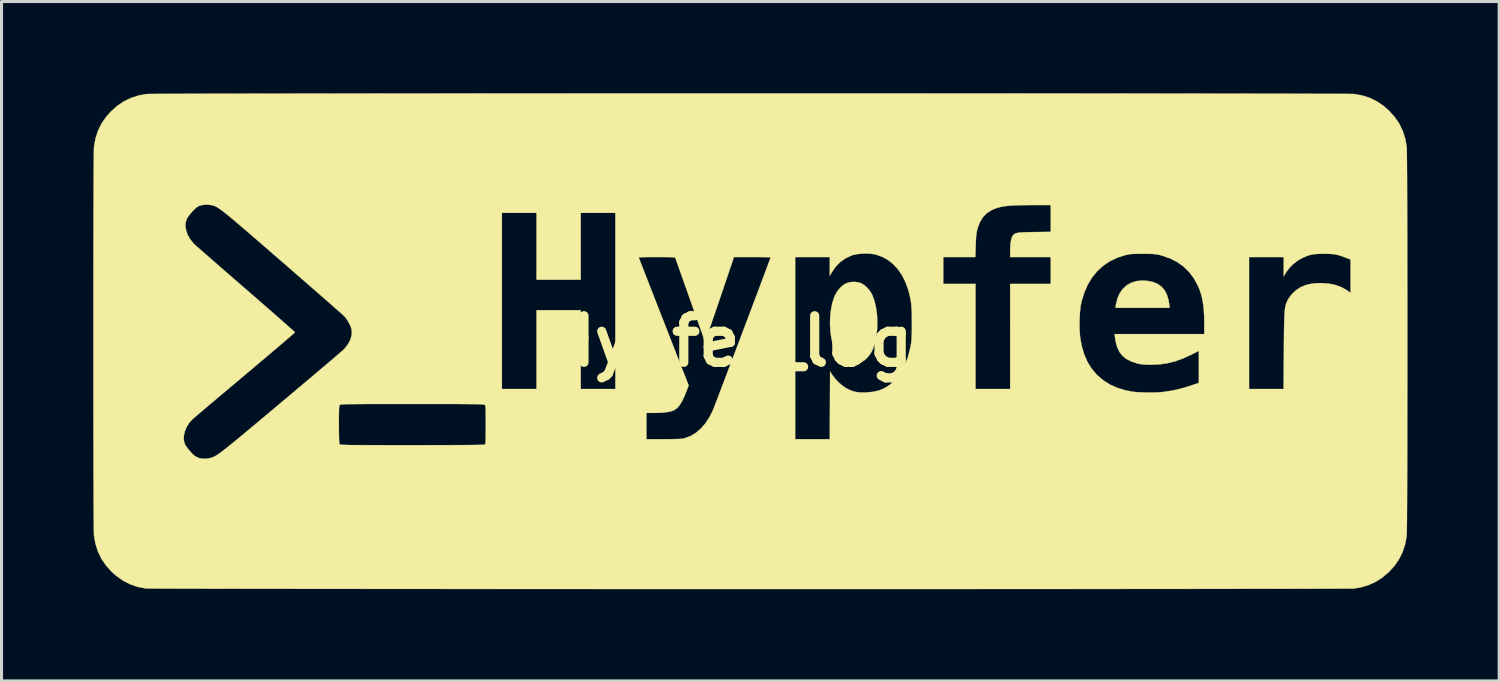
<source format=kicad_pcb>
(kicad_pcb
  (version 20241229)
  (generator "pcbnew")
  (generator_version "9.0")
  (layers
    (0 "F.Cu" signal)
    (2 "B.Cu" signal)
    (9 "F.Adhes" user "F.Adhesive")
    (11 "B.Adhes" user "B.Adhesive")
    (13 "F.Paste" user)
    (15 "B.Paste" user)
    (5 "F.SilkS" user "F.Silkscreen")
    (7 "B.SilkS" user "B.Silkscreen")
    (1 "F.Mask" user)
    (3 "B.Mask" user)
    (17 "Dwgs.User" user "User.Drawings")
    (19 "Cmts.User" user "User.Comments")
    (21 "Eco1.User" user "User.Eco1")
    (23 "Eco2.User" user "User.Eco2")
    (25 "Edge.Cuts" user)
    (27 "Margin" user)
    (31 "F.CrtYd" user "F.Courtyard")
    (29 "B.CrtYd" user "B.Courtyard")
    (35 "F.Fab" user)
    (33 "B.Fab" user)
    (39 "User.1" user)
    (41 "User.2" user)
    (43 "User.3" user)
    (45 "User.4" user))
  (footprint "Hypfer_logo"
    (layer "F.Cu")
    (at 21.498 8.114)
    (property "Reference" "Hypfer_logo" (at 0 0 0) (layer "F.SilkS") (effects (font (size 1.524 1.524) (thickness 0.3))))
    (attr through_hole)
    (fp_poly (pts (xy 12.996 -1.975) (xy 13.177 -1.937) (xy 13.329 -1.873) (xy 13.455 -1.782) (xy 13.555 -1.664) (xy 13.631 -1.516) (xy 13.683 -1.338) (xy 13.705 -1.197) (xy 13.717 -1.094) (xy 11.944 -1.094) (xy 11.961 -1.204) (xy 12.009 -1.402) (xy 12.085 -1.573) (xy 12.187 -1.717) (xy 12.314 -1.832) (xy 12.463 -1.916) (xy 12.633 -1.968) (xy 12.822 -1.987) (xy 12.996 -1.975)) (stroke (width 0.01) (type solid)) (fill yes) (layer "F.SilkS"))
    (fp_poly (pts (xy 3.528 -1.929) (xy 3.628 -1.897) (xy 3.728 -1.837) (xy 3.827 -1.748) (xy 3.916 -1.64) (xy 3.985 -1.523) (xy 3.986 -1.519) (xy 4.058 -1.331) (xy 4.109 -1.116) (xy 4.142 -0.884) (xy 4.154 -0.643) (xy 4.148 -0.4) (xy 4.121 -0.165) (xy 4.076 0.056) (xy 4.01 0.253) (xy 3.986 0.308) (xy 3.922 0.418) (xy 3.84 0.522) (xy 3.748 0.61) (xy 3.655 0.672) (xy 3.635 0.681) (xy 3.511 0.719) (xy 3.376 0.733) (xy 3.249 0.723) (xy 3.246 0.723) (xy 3.117 0.676) (xy 2.996 0.595) (xy 2.888 0.484) (xy 2.796 0.345) (xy 2.773 0.3) (xy 2.703 0.117) (xy 2.652 -0.092) (xy 2.619 -0.318) (xy 2.606 -0.555) (xy 2.611 -0.794) (xy 2.636 -1.026) (xy 2.679 -1.244) (xy 2.742 -1.439) (xy 2.774 -1.513) (xy 2.855 -1.65) (xy 2.955 -1.768) (xy 3.067 -1.858) (xy 3.12 -1.888) (xy 3.247 -1.931) (xy 3.388 -1.944) (xy 3.528 -1.929)) (stroke (width 0.01) (type solid)) (fill yes) (layer "F.SilkS"))
    (fp_poly (pts (xy 1.069 -8.109) (xy 1.83 -8.109) (xy 2.589 -8.109) (xy 3.345 -8.109) (xy 4.096 -8.109) (xy 4.841 -8.109) (xy 5.58 -8.109) (xy 6.312 -8.108) (xy 7.035 -8.108) (xy 7.748 -8.108) (xy 8.451 -8.108) (xy 9.142 -8.107) (xy 9.821 -8.107) (xy 10.487 -8.107) (xy 11.137 -8.106) (xy 11.772 -8.106) (xy 12.391 -8.105) (xy 12.992 -8.105) (xy 13.574 -8.104) (xy 14.137 -8.104) (xy 14.679 -8.103) (xy 15.199 -8.102) (xy 15.697 -8.102) (xy 16.171 -8.101) (xy 16.62 -8.1) (xy 17.043 -8.1) (xy 17.44 -8.099) (xy 17.809 -8.098) (xy 18.15 -8.097) (xy 18.46 -8.096) (xy 18.74 -8.095) (xy 18.988 -8.094) (xy 19.203 -8.094) (xy 19.384 -8.093) (xy 19.531 -8.092) (xy 19.642 -8.091) (xy 19.715 -8.09) (xy 19.751 -8.088) (xy 19.754 -8.088) (xy 20.024 -8.039) (xy 20.272 -7.958) (xy 20.502 -7.845) (xy 20.719 -7.696) (xy 20.891 -7.545) (xy 21.077 -7.34) (xy 21.228 -7.119) (xy 21.344 -6.88) (xy 21.426 -6.622) (xy 21.472 -6.37) (xy 21.474 -6.335) (xy 21.476 -6.262) (xy 21.478 -6.154) (xy 21.479 -6.013) (xy 21.481 -5.839) (xy 21.482 -5.636) (xy 21.484 -5.404) (xy 21.485 -5.146) (xy 21.486 -4.864) (xy 21.487 -4.559) (xy 21.488 -4.232) (xy 21.489 -3.887) (xy 21.49 -3.525) (xy 21.491 -3.147) (xy 21.491 -2.755) (xy 21.492 -2.352) (xy 21.492 -1.938) (xy 21.493 -1.517) (xy 21.493 -1.089) (xy 21.493 -0.656) (xy 21.493 -0.221) (xy 21.493 0.215) (xy 21.493 0.65) (xy 21.493 1.083) (xy 21.493 1.511) (xy 21.492 1.933) (xy 21.492 2.346) (xy 21.491 2.75) (xy 21.491 3.142) (xy 21.49 3.52) (xy 21.489 3.882) (xy 21.488 4.228) (xy 21.487 4.554) (xy 21.486 4.86) (xy 21.485 5.143) (xy 21.484 5.401) (xy 21.482 5.633) (xy 21.481 5.837) (xy 21.479 6.01) (xy 21.478 6.153) (xy 21.476 6.261) (xy 21.474 6.334) (xy 21.472 6.37) (xy 21.472 6.37) (xy 21.421 6.646) (xy 21.336 6.902) (xy 21.216 7.139) (xy 21.063 7.359) (xy 20.891 7.545) (xy 20.683 7.724) (xy 20.464 7.867) (xy 20.231 7.974) (xy 19.98 8.049) (xy 19.754 8.088) (xy 19.726 8.089) (xy 19.661 8.09) (xy 19.558 8.091) (xy 19.42 8.092) (xy 19.246 8.093) (xy 19.038 8.094) (xy 18.797 8.095) (xy 18.525 8.095) (xy 18.221 8.096) (xy 17.887 8.097) (xy 17.525 8.098) (xy 17.134 8.098) (xy 16.717 8.099) (xy 16.273 8.099) (xy 15.805 8.1) (xy 15.313 8.101) (xy 14.798 8.101) (xy 14.261 8.102) (xy 13.703 8.102) (xy 13.125 8.103) (xy 12.528 8.103) (xy 11.914 8.104) (xy 11.282 8.104) (xy 10.635 8.104) (xy 9.973 8.105) (xy 9.298 8.105) (xy 8.609 8.105) (xy 7.909 8.105) (xy 7.198 8.106) (xy 6.477 8.106) (xy 5.748 8.106) (xy 5.01 8.106) (xy 4.266 8.106) (xy 3.517 8.106) (xy 2.762 8.106) (xy 2.004 8.106) (xy 1.243 8.106) (xy 0.481 8.106) (xy -0.282 8.106) (xy -1.045 8.106) (xy -1.806 8.106) (xy -2.565 8.106) (xy -3.321 8.106) (xy -4.072 8.106) (xy -4.818 8.106) (xy -5.557 8.105) (xy -6.289 8.105) (xy -7.013 8.105) (xy -7.727 8.105) (xy -8.43 8.104) (xy -9.123 8.104) (xy -9.802 8.104) (xy -10.468 8.103) (xy -11.12 8.103) (xy -11.756 8.102) (xy -12.376 8.102) (xy -12.978 8.101) (xy -13.561 8.101) (xy -14.125 8.1) (xy -14.668 8.1) (xy -15.19 8.099) (xy -15.689 8.099) (xy -16.165 8.098) (xy -16.616 8.097) (xy -17.041 8.097) (xy -17.44 8.096) (xy -17.811 8.095) (xy -18.153 8.094) (xy -18.466 8.094) (xy -18.748 8.093) (xy -18.999 8.092) (xy -19.216 8.091) (xy -19.4 8.09) (xy -19.549 8.089) (xy -19.663 8.088) (xy -19.74 8.087) (xy -19.778 8.086) (xy -19.783 8.086) (xy -20.05 8.034) (xy -20.301 7.946) (xy -20.536 7.823) (xy -20.758 7.664) (xy -20.891 7.545) (xy -21.077 7.34) (xy -21.228 7.119) (xy -21.344 6.88) (xy -21.426 6.622) (xy -21.472 6.37) (xy -21.474 6.335) (xy -21.476 6.262) (xy -21.478 6.154) (xy -21.479 6.013) (xy -21.481 5.839) (xy -21.482 5.636) (xy -21.484 5.404) (xy -21.485 5.146) (xy -21.486 4.864) (xy -21.487 4.559) (xy -21.488 4.232) (xy -21.489 3.887) (xy -21.49 3.525) (xy -21.49 3.219) (xy -18.537 3.219) (xy -18.511 3.34) (xy -18.492 3.382) (xy -18.456 3.439) (xy -18.403 3.511) (xy -18.339 3.588) (xy -18.274 3.661) (xy -18.215 3.721) (xy -18.17 3.758) (xy -18.169 3.758) (xy -18.048 3.818) (xy -17.92 3.845) (xy -17.777 3.841) (xy -17.698 3.827) (xy -17.664 3.82) (xy -17.632 3.811) (xy -17.599 3.8) (xy -17.564 3.786) (xy -17.525 3.767) (xy -17.481 3.742) (xy -17.43 3.71) (xy -17.371 3.669) (xy -17.302 3.618) (xy -17.221 3.556) (xy -17.126 3.482) (xy -17.017 3.394) (xy -16.891 3.292) (xy -16.746 3.173) (xy -16.582 3.037) (xy -16.397 2.883) (xy -16.2 2.719) (xy -13.462 2.719) (xy -13.461 2.903) (xy -13.459 3.061) (xy -13.456 3.188) (xy -13.452 3.282) (xy -13.447 3.341) (xy -13.442 3.362) (xy -13.438 3.368) (xy -13.432 3.373) (xy -13.421 3.377) (xy -13.403 3.381) (xy -13.377 3.385) (xy -13.34 3.388) (xy -13.29 3.39) (xy -13.225 3.392) (xy -13.143 3.394) (xy -13.041 3.396) (xy -12.919 3.397) (xy -12.773 3.398) (xy -12.603 3.398) (xy -12.404 3.399) (xy -12.177 3.399) (xy -11.917 3.4) (xy -11.625 3.4) (xy -11.296 3.4) (xy -11.062 3.4) (xy -10.69 3.4) (xy -10.355 3.399) (xy -10.057 3.399) (xy -9.792 3.398) (xy -9.561 3.397) (xy -9.36 3.396) (xy -9.189 3.395) (xy -9.045 3.393) (xy -8.928 3.391) (xy -8.835 3.389) (xy -8.766 3.386) (xy -8.717 3.383) (xy -8.689 3.379) (xy -8.679 3.376) (xy -8.672 3.358) (xy -8.666 3.315) (xy -8.662 3.247) (xy -8.659 3.149) (xy -8.657 3.019) (xy -8.656 2.855) (xy -8.656 2.733) (xy -8.656 2.558) (xy -8.657 2.418) (xy -8.658 2.309) (xy -8.66 2.227) (xy -8.664 2.168) (xy -8.669 2.127) (xy -8.675 2.101) (xy -8.683 2.086) (xy -8.686 2.082) (xy -8.694 2.078) (xy -8.708 2.073) (xy -8.73 2.07) (xy -8.764 2.066) (xy -8.81 2.064) (xy -8.87 2.061) (xy -8.948 2.059) (xy -9.044 2.057) (xy -9.161 2.056) (xy -9.301 2.055) (xy -9.466 2.054) (xy -9.658 2.053) (xy -9.879 2.052) (xy -10.132 2.052) (xy -10.417 2.052) (xy -10.737 2.052) (xy -11.059 2.052) (xy -11.413 2.052) (xy -11.73 2.052) (xy -12.012 2.052) (xy -12.261 2.052) (xy -12.479 2.053) (xy -12.668 2.054) (xy -12.831 2.055) (xy -12.969 2.056) (xy -13.084 2.057) (xy -13.178 2.059) (xy -13.254 2.061) (xy -13.313 2.064) (xy -13.358 2.067) (xy -13.39 2.07) (xy -13.411 2.074) (xy -13.425 2.078) (xy -13.431 2.082) (xy -13.44 2.095) (xy -13.447 2.118) (xy -13.452 2.153) (xy -13.456 2.207) (xy -13.459 2.282) (xy -13.461 2.383) (xy -13.462 2.514) (xy -13.462 2.679) (xy -13.462 2.719) (xy -16.2 2.719) (xy -16.188 2.708) (xy -15.954 2.513) (xy -15.694 2.295) (xy -15.407 2.053) (xy -15.347 2.003) (xy -15.104 1.799) (xy -14.869 1.601) (xy -14.643 1.41) (xy -14.428 1.229) (xy -14.225 1.058) (xy -14.038 0.9) (xy -13.868 0.755) (xy -13.715 0.626) (xy -13.583 0.513) (xy -13.473 0.419) (xy -13.387 0.345) (xy -13.327 0.292) (xy -13.294 0.262) (xy -13.289 0.258) (xy -13.17 0.106) (xy -13.088 -0.045) (xy -13.044 -0.196) (xy -13.039 -0.344) (xy -13.041 -0.36) (xy -13.063 -0.447) (xy -13.107 -0.551) (xy -13.166 -0.659) (xy -13.235 -0.761) (xy -13.28 -0.815) (xy -13.304 -0.838) (xy -13.355 -0.884) (xy -13.433 -0.953) (xy -13.534 -1.043) (xy -13.658 -1.152) (xy -13.802 -1.279) (xy -13.966 -1.422) (xy -14.146 -1.58) (xy -14.341 -1.75) (xy -14.55 -1.932) (xy -14.77 -2.124) (xy -15 -2.323) (xy -15.237 -2.53) (xy -15.325 -2.606) (xy -15.614 -2.856) (xy -15.874 -3.082) (xy -16.109 -3.285) (xy -16.318 -3.466) (xy -16.505 -3.627) (xy -16.67 -3.768) (xy -16.815 -3.892) (xy -16.942 -3.999) (xy -17.052 -4.09) (xy -17.148 -4.168) (xy -17.189 -4.201) (xy -8.128 -4.201) (xy -8.128 1.563) (xy -6.995 1.563) (xy -6.995 -1.016) (xy -5.549 -1.016) (xy -5.549 1.563) (xy -4.416 1.563) (xy -4.416 -2.747) (xy -3.654 -2.747) (xy -3.647 -2.728) (xy -3.626 -2.675) (xy -3.594 -2.59) (xy -3.549 -2.476) (xy -3.494 -2.334) (xy -3.429 -2.168) (xy -3.356 -1.978) (xy -3.274 -1.769) (xy -3.185 -1.541) (xy -3.09 -1.297) (xy -2.99 -1.04) (xy -2.885 -0.771) (xy -2.836 -0.647) (xy -2.018 1.445) (xy -2.092 1.64) (xy -2.169 1.829) (xy -2.245 1.982) (xy -2.322 2.102) (xy -2.401 2.191) (xy -2.485 2.251) (xy -2.507 2.263) (xy -2.609 2.297) (xy -2.747 2.323) (xy -2.92 2.339) (xy -3.124 2.345) (xy -3.147 2.345) (xy -3.4 2.345) (xy -3.4 3.204) (xy -2.837 3.204) (xy -2.659 3.204) (xy -2.515 3.202) (xy -2.4 3.199) (xy -2.311 3.195) (xy -2.242 3.189) (xy -2.188 3.181) (xy -2.158 3.175) (xy -1.967 3.106) (xy -1.788 3.001) (xy -1.622 2.861) (xy -1.471 2.687) (xy -1.336 2.481) (xy -1.228 2.266) (xy -1.215 2.234) (xy -1.19 2.169) (xy -1.153 2.073) (xy -1.105 1.95) (xy -1.048 1.8) (xy -0.983 1.628) (xy -0.91 1.436) (xy -0.83 1.226) (xy -0.745 1.001) (xy -0.655 0.763) (xy -0.561 0.515) (xy -0.464 0.26) (xy -0.366 -0.000139) (xy -0.267 -0.263) (xy -0.168 -0.525) (xy -0.07 -0.784) (xy 0.026 -1.038) (xy 0.118 -1.285) (xy 0.207 -1.52) (xy 0.291 -1.743) (xy 0.368 -1.95) (xy 0.439 -2.139) (xy 0.502 -2.307) (xy 0.556 -2.452) (xy 0.6 -2.571) (xy 0.634 -2.661) (xy 0.655 -2.721) (xy 0.664 -2.746) (xy 0.664 -2.747) (xy 0.646 -2.749) (xy 0.592 -2.751) (xy 0.51 -2.752) (xy 0.402 -2.753) (xy 0.274 -2.754) (xy 0.131 -2.755) (xy 0.064 -2.755) (xy -0.537 -2.754) (xy -1.006 -1.368) (xy -1.081 -1.146) (xy -1.153 -0.935) (xy -1.221 -0.739) (xy -1.283 -0.56) (xy -1.339 -0.401) (xy -1.387 -0.265) (xy -1.427 -0.155) (xy -1.458 -0.073) (xy -1.478 -0.022) (xy -1.487 -0.005) (xy -1.487 -0.006) (xy -1.496 -0.027) (xy -1.516 -0.083) (xy -1.547 -0.17) (xy -1.589 -0.285) (xy -1.638 -0.424) (xy -1.696 -0.586) (xy -1.76 -0.766) (xy -1.83 -0.963) (xy -1.904 -1.172) (xy -1.97 -1.358) (xy -2.047 -1.577) (xy -2.121 -1.785) (xy -2.19 -1.98) (xy -2.253 -2.159) (xy -2.31 -2.318) (xy -2.358 -2.456) (xy -2.398 -2.567) (xy -2.428 -2.651) (xy -2.447 -2.703) (xy -2.453 -2.721) (xy -2.459 -2.73) (xy -2.472 -2.738) (xy -2.496 -2.744) (xy -2.536 -2.748) (xy -2.594 -2.751) (xy -2.677 -2.753) (xy -2.786 -2.754) (xy -2.928 -2.755) (xy -3.06 -2.755) (xy 1.465 -2.755) (xy 1.465 3.204) (xy 2.598 3.204) (xy 2.603 2.097) (xy 2.608 0.99) (xy 2.685 1.106) (xy 2.779 1.23) (xy 2.893 1.35) (xy 3.016 1.456) (xy 3.136 1.536) (xy 3.155 1.547) (xy 3.278 1.605) (xy 3.393 1.645) (xy 3.511 1.668) (xy 3.645 1.677) (xy 3.79 1.675) (xy 4.016 1.654) (xy 4.216 1.607) (xy 4.397 1.531) (xy 4.564 1.424) (xy 4.672 1.333) (xy 4.825 1.169) (xy 4.955 0.979) (xy 5.066 0.76) (xy 5.156 0.512) (xy 5.228 0.23) (xy 5.248 0.127) (xy 5.26 0.056) (xy 5.269 -0.018) (xy 5.275 -0.101) (xy 5.28 -0.2) (xy 5.283 -0.322) (xy 5.284 -0.472) (xy 5.284 -0.596) (xy 5.283 -0.794) (xy 5.28 -0.961) (xy 5.273 -1.103) (xy 5.262 -1.228) (xy 5.245 -1.342) (xy 5.223 -1.454) (xy 5.195 -1.571) (xy 5.164 -1.68) (xy 5.076 -1.93) (xy 4.964 -2.155) (xy 4.83 -2.352) (xy 4.675 -2.521) (xy 4.502 -2.659) (xy 4.33 -2.755) (xy 6.311 -2.755) (xy 6.311 -1.876) (xy 7.366 -1.876) (xy 7.366 1.563) (xy 8.499 1.563) (xy 8.499 -0.605) (xy 10.768 -0.605) (xy 10.769 -0.426) (xy 10.777 -0.26) (xy 10.791 -0.116) (xy 10.793 -0.102) (xy 10.849 0.186) (xy 10.927 0.445) (xy 11.03 0.677) (xy 11.158 0.885) (xy 11.313 1.073) (xy 11.34 1.101) (xy 11.534 1.27) (xy 11.753 1.41) (xy 12 1.522) (xy 12.272 1.605) (xy 12.497 1.649) (xy 12.605 1.662) (xy 12.743 1.671) (xy 12.898 1.676) (xy 13.062 1.678) (xy 13.223 1.676) (xy 13.371 1.67) (xy 13.497 1.66) (xy 13.497 1.66) (xy 13.741 1.625) (xy 13.981 1.576) (xy 14.232 1.507) (xy 14.375 1.462) (xy 14.673 1.363) (xy 14.673 0.315) (xy 14.424 0.44) (xy 14.155 0.563) (xy 13.899 0.656) (xy 13.646 0.719) (xy 13.388 0.756) (xy 13.117 0.768) (xy 13.101 0.768) (xy 12.969 0.766) (xy 12.867 0.761) (xy 12.783 0.752) (xy 12.707 0.739) (xy 12.651 0.725) (xy 12.461 0.661) (xy 12.303 0.58) (xy 12.175 0.477) (xy 12.076 0.35) (xy 12.002 0.197) (xy 11.951 0.015) (xy 11.929 -0.132) (xy 11.917 -0.234) (xy 14.849 -0.234) (xy 14.849 -0.611) (xy 14.844 -0.876) (xy 14.827 -1.111) (xy 14.797 -1.32) (xy 14.754 -1.51) (xy 14.696 -1.687) (xy 14.636 -1.829) (xy 14.506 -2.064) (xy 14.351 -2.269) (xy 14.17 -2.445) (xy 13.963 -2.593) (xy 13.73 -2.711) (xy 13.605 -2.755) (xy 16.315 -2.755) (xy 16.315 1.563) (xy 17.444 1.563) (xy 17.454 0.308) (xy 17.456 0.038) (xy 17.458 -0.195) (xy 17.46 -0.396) (xy 17.463 -0.566) (xy 17.467 -0.711) (xy 17.471 -0.832) (xy 17.477 -0.932) (xy 17.485 -1.016) (xy 17.494 -1.085) (xy 17.505 -1.144) (xy 17.518 -1.195) (xy 17.533 -1.241) (xy 17.551 -1.285) (xy 17.572 -1.332) (xy 17.577 -1.342) (xy 17.643 -1.451) (xy 17.737 -1.562) (xy 17.846 -1.663) (xy 17.961 -1.745) (xy 18.016 -1.774) (xy 18.159 -1.833) (xy 18.305 -1.872) (xy 18.465 -1.895) (xy 18.649 -1.902) (xy 18.902 -1.888) (xy 19.131 -1.844) (xy 19.337 -1.77) (xy 19.523 -1.664) (xy 19.541 -1.651) (xy 19.636 -1.583) (xy 19.636 -2.674) (xy 19.485 -2.732) (xy 19.357 -2.78) (xy 19.25 -2.814) (xy 19.153 -2.838) (xy 19.054 -2.852) (xy 18.943 -2.859) (xy 18.806 -2.862) (xy 18.767 -2.862) (xy 18.61 -2.86) (xy 18.482 -2.852) (xy 18.373 -2.837) (xy 18.273 -2.812) (xy 18.173 -2.776) (xy 18.062 -2.726) (xy 18.037 -2.714) (xy 17.888 -2.625) (xy 17.745 -2.511) (xy 17.62 -2.381) (xy 17.522 -2.246) (xy 17.521 -2.245) (xy 17.448 -2.121) (xy 17.448 -2.755) (xy 16.315 -2.755) (xy 13.605 -2.755) (xy 13.47 -2.802) (xy 13.409 -2.818) (xy 13.344 -2.833) (xy 13.282 -2.845) (xy 13.216 -2.852) (xy 13.137 -2.857) (xy 13.039 -2.86) (xy 12.913 -2.861) (xy 12.837 -2.861) (xy 12.693 -2.861) (xy 12.581 -2.859) (xy 12.493 -2.855) (xy 12.421 -2.849) (xy 12.358 -2.839) (xy 12.297 -2.826) (xy 12.27 -2.819) (xy 12.003 -2.733) (xy 11.76 -2.617) (xy 11.542 -2.47) (xy 11.349 -2.294) (xy 11.182 -2.089) (xy 11.04 -1.856) (xy 10.925 -1.594) (xy 10.837 -1.304) (xy 10.822 -1.241) (xy 10.8 -1.114) (xy 10.784 -0.959) (xy 10.773 -0.786) (xy 10.768 -0.605) (xy 8.499 -0.605) (xy 8.499 -1.876) (xy 9.828 -1.876) (xy 9.828 -2.755) (xy 8.499 -2.755) (xy 8.5 -2.965) (xy 8.505 -3.117) (xy 8.519 -3.25) (xy 8.541 -3.357) (xy 8.571 -3.434) (xy 8.589 -3.461) (xy 8.617 -3.49) (xy 8.648 -3.513) (xy 8.685 -3.531) (xy 8.734 -3.544) (xy 8.8 -3.554) (xy 8.887 -3.561) (xy 8.999 -3.566) (xy 9.141 -3.569) (xy 9.295 -3.572) (xy 9.828 -3.579) (xy 9.828 -4.455) (xy 9.198 -4.455) (xy 8.958 -4.453) (xy 8.754 -4.449) (xy 8.579 -4.442) (xy 8.429 -4.43) (xy 8.3 -4.414) (xy 8.187 -4.393) (xy 8.085 -4.366) (xy 7.99 -4.332) (xy 7.898 -4.291) (xy 7.867 -4.275) (xy 7.726 -4.183) (xy 7.608 -4.058) (xy 7.513 -3.902) (xy 7.44 -3.715) (xy 7.423 -3.652) (xy 7.406 -3.575) (xy 7.393 -3.492) (xy 7.384 -3.395) (xy 7.377 -3.275) (xy 7.371 -3.124) (xy 7.371 -3.121) (xy 7.361 -2.755) (xy 6.311 -2.755) (xy 4.33 -2.755) (xy 4.313 -2.764) (xy 4.108 -2.835) (xy 4.064 -2.845) (xy 3.929 -2.864) (xy 3.778 -2.871) (xy 3.623 -2.865) (xy 3.477 -2.848) (xy 3.352 -2.82) (xy 3.317 -2.809) (xy 3.117 -2.715) (xy 2.94 -2.591) (xy 2.79 -2.438) (xy 2.669 -2.263) (xy 2.599 -2.139) (xy 2.599 -2.755) (xy 1.465 -2.755) (xy -3.06 -2.755) (xy -3.208 -2.755) (xy -3.342 -2.754) (xy -3.458 -2.753) (xy -3.552 -2.751) (xy -3.617 -2.75) (xy -3.651 -2.748) (xy -3.654 -2.747) (xy -4.416 -2.747) (xy -4.416 -4.201) (xy -5.549 -4.201) (xy -5.549 -2.012) (xy -6.995 -2.012) (xy -6.995 -4.201) (xy -8.128 -4.201) (xy -17.189 -4.201) (xy -17.23 -4.233) (xy -17.299 -4.286) (xy -17.359 -4.329) (xy -17.41 -4.363) (xy -17.455 -4.39) (xy -17.493 -4.41) (xy -17.528 -4.425) (xy -17.561 -4.436) (xy -17.593 -4.445) (xy -17.626 -4.453) (xy -17.643 -4.457) (xy -17.77 -4.471) (xy -17.902 -4.463) (xy -18.02 -4.434) (xy -18.06 -4.417) (xy -18.116 -4.38) (xy -18.185 -4.319) (xy -18.259 -4.242) (xy -18.332 -4.158) (xy -18.393 -4.076) (xy -18.433 -4.012) (xy -18.473 -3.896) (xy -18.481 -3.765) (xy -18.459 -3.626) (xy -18.409 -3.484) (xy -18.331 -3.345) (xy -18.229 -3.214) (xy -18.178 -3.163) (xy -18.151 -3.138) (xy -18.096 -3.089) (xy -18.015 -3.018) (xy -17.911 -2.927) (xy -17.786 -2.818) (xy -17.642 -2.692) (xy -17.48 -2.551) (xy -17.304 -2.397) (xy -17.114 -2.232) (xy -16.913 -2.058) (xy -16.704 -1.876) (xy -16.49 -1.691) (xy -16.276 -1.505) (xy -16.07 -1.326) (xy -15.875 -1.155) (xy -15.692 -0.996) (xy -15.523 -0.848) (xy -15.37 -0.714) (xy -15.235 -0.595) (xy -15.121 -0.494) (xy -15.027 -0.411) (xy -14.958 -0.349) (xy -14.914 -0.308) (xy -14.898 -0.292) (xy -14.898 -0.292) (xy -14.913 -0.277) (xy -14.955 -0.239) (xy -15.024 -0.179) (xy -15.117 -0.099) (xy -15.233 -0.000027) (xy -15.368 0.116) (xy -15.522 0.247) (xy -15.693 0.391) (xy -15.878 0.548) (xy -16.076 0.715) (xy -16.285 0.891) (xy -16.503 1.075) (xy -16.539 1.105) (xy -16.76 1.291) (xy -16.973 1.47) (xy -17.177 1.642) (xy -17.37 1.804) (xy -17.549 1.955) (xy -17.713 2.093) (xy -17.859 2.217) (xy -17.985 2.324) (xy -18.09 2.413) (xy -18.171 2.482) (xy -18.227 2.53) (xy -18.255 2.555) (xy -18.256 2.556) (xy -18.361 2.674) (xy -18.443 2.806) (xy -18.501 2.945) (xy -18.533 3.085) (xy -18.537 3.219) (xy -21.49 3.219) (xy -21.491 3.147) (xy -21.491 2.755) (xy -21.492 2.352) (xy -21.492 1.938) (xy -21.493 1.517) (xy -21.493 1.089) (xy -21.493 0.656) (xy -21.493 0.221) (xy -21.493 -0.215) (xy -21.493 -0.65) (xy -21.493 -1.083) (xy -21.493 -1.511) (xy -21.492 -1.933) (xy -21.492 -2.346) (xy -21.491 -2.75) (xy -21.491 -3.142) (xy -21.49 -3.52) (xy -21.489 -3.882) (xy -21.488 -4.228) (xy -21.487 -4.554) (xy -21.486 -4.86) (xy -21.485 -5.143) (xy -21.484 -5.401) (xy -21.482 -5.633) (xy -21.481 -5.837) (xy -21.479 -6.01) (xy -21.478 -6.153) (xy -21.476 -6.261) (xy -21.474 -6.334) (xy -21.472 -6.37) (xy -21.472 -6.37) (xy -21.423 -6.64) (xy -21.342 -6.888) (xy -21.229 -7.118) (xy -21.08 -7.335) (xy -20.929 -7.507) (xy -20.724 -7.693) (xy -20.503 -7.844) (xy -20.264 -7.96) (xy -20.006 -8.043) (xy -19.754 -8.088) (xy -19.726 -8.089) (xy -19.659 -8.09) (xy -19.556 -8.091) (xy -19.416 -8.092) (xy -19.242 -8.093) (xy -19.033 -8.094) (xy -18.791 -8.095) (xy -18.518 -8.096) (xy -18.213 -8.097) (xy -17.879 -8.098) (xy -17.515 -8.099) (xy -17.124 -8.099) (xy -16.706 -8.1) (xy -16.261 -8.101) (xy -15.792 -8.102) (xy -15.299 -8.102) (xy -14.783 -8.103) (xy -14.245 -8.103) (xy -13.687 -8.104) (xy -13.108 -8.105) (xy -12.511 -8.105) (xy -11.896 -8.106) (xy -11.264 -8.106) (xy -10.616 -8.106) (xy -9.954 -8.107) (xy -9.277 -8.107) (xy -8.588 -8.108) (xy -7.888 -8.108) (xy -7.176 -8.108) (xy -6.455 -8.108) (xy -5.725 -8.109) (xy -4.987 -8.109) (xy -4.243 -8.109) (xy -3.493 -8.109) (xy -2.738 -8.109) (xy -1.98 -8.109) (xy -1.219 -8.109) (xy -0.457 -8.109) (xy 0.306 -8.109) (xy 1.069 -8.109)) (stroke (width 0.01) (type solid)) (fill yes) (layer "F.SilkS")))
  (gr_rect
    (start -3 -3)
    (end 45.996 19.226)
    (stroke (width 0.1) (type default))
    (fill no)
    (layer "Edge.Cuts")))
</source>
